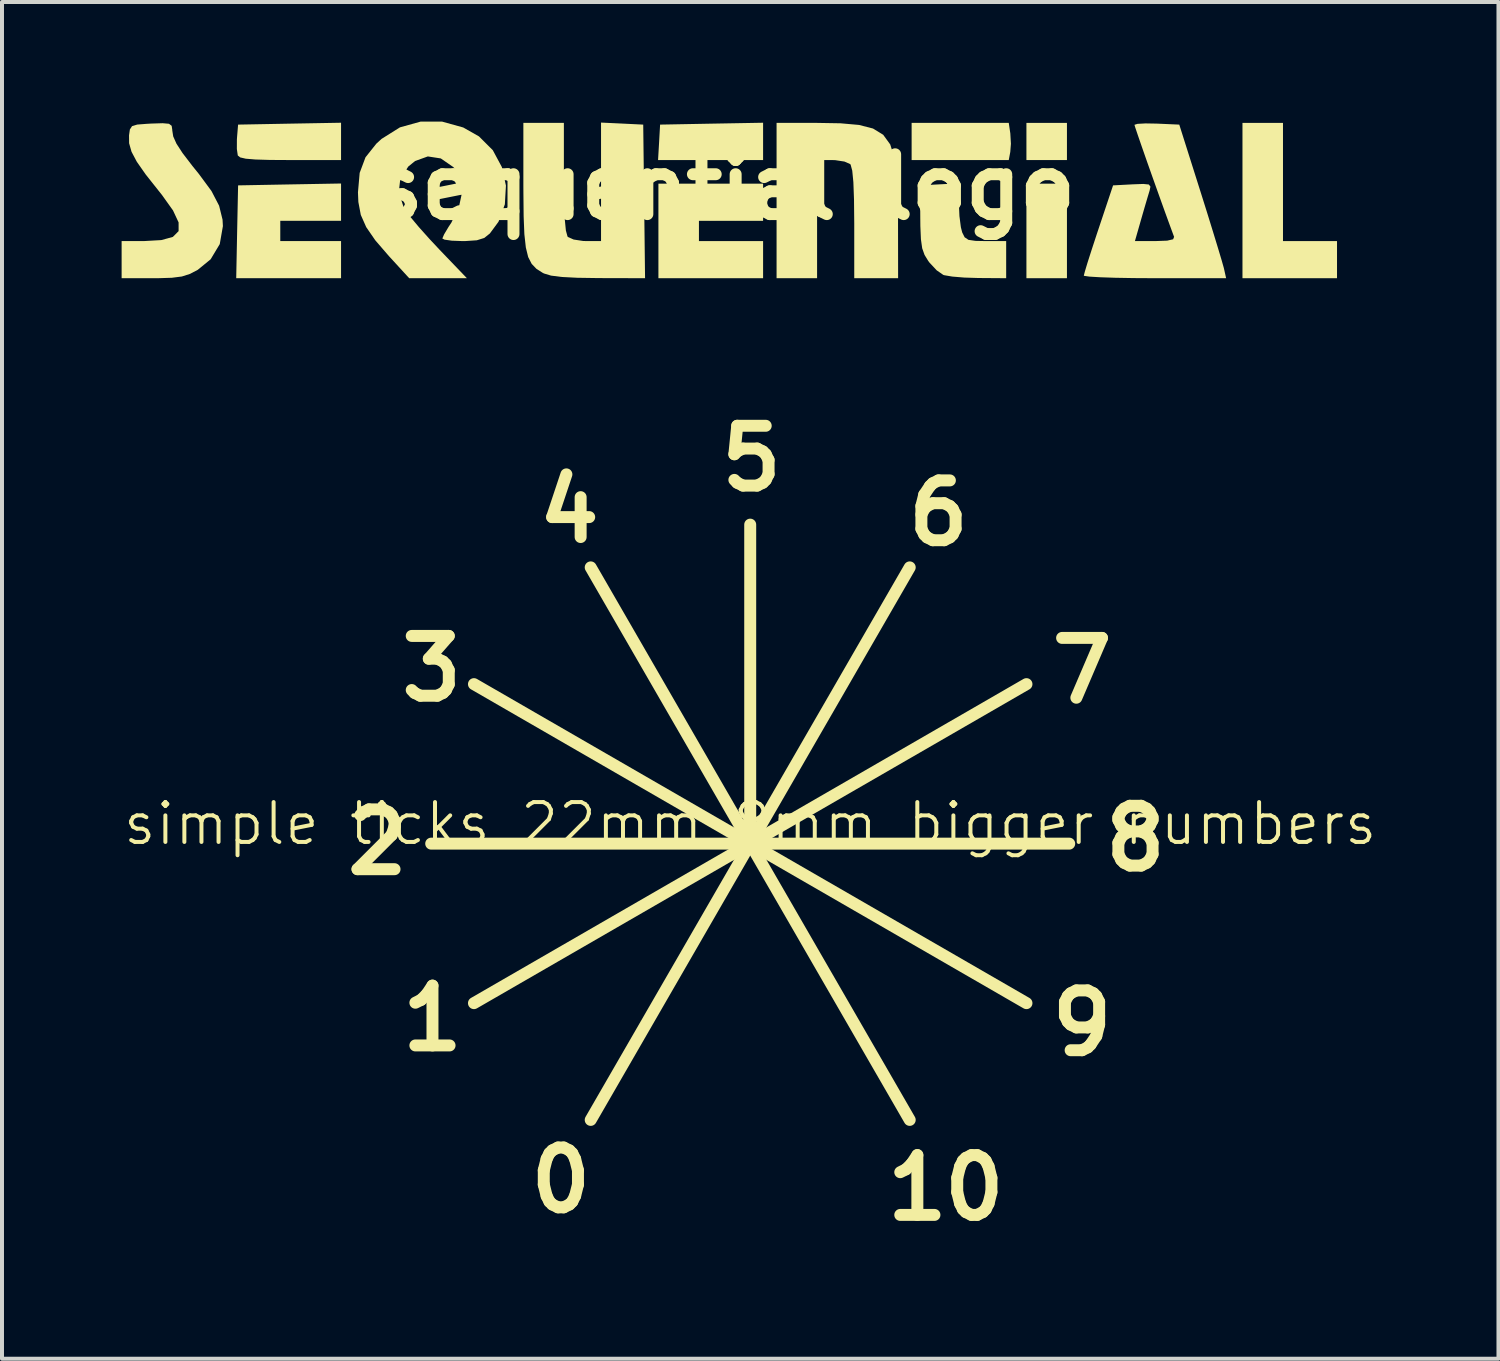
<source format=kicad_pcb>
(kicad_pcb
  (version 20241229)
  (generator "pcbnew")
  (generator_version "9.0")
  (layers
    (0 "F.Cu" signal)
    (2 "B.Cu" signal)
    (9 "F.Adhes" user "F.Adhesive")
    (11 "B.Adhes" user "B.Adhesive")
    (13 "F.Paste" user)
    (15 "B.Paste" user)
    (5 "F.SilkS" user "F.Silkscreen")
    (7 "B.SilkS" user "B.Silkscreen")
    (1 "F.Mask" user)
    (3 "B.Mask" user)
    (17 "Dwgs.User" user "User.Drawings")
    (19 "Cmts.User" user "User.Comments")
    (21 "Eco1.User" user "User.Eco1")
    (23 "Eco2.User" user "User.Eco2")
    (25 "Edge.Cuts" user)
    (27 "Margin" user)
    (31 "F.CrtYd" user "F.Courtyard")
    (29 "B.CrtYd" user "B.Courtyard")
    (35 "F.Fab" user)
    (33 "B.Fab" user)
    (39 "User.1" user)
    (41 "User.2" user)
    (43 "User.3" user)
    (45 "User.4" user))
  (footprint "sequential logo"
    (layer "F.Cu")
    (at 15.113 1.641)
    (property "Reference" "sequential logo" (at 0 0 0) (layer "F.SilkS") (effects (font (size 1.5 1.5) (thickness 0.3))))
    (attr board_only exclude_from_pos_files exclude_from_bom)
    (fp_poly (pts (xy 0.974 -1.145) (xy 0.974 -0.677) (xy -0.343 -0.677) (xy -1.66 -0.677) (xy -1.634 -1.122) (xy -1.609 -1.566) (xy -0.318 -1.59) (xy 0.974 -1.613)) (stroke (width 0) (type solid)) (fill yes) (layer "F.SilkS"))
    (fp_poly (pts (xy 8.594 -1.143) (xy 8.594 -0.677) (xy 8.086 -0.677) (xy 7.578 -0.677) (xy 7.578 -1.143) (xy 7.578 -1.609) (xy 8.086 -1.609) (xy 8.594 -1.609)) (stroke (width 0) (type solid)) (fill yes) (layer "F.SilkS"))
    (fp_poly (pts (xy 8.594 1.101) (xy 8.594 2.286) (xy 8.086 2.286) (xy 7.578 2.286) (xy 7.578 1.101) (xy 7.578 -0.085) (xy 8.086 -0.085) (xy 8.594 -0.085)) (stroke (width 0) (type solid)) (fill yes) (layer "F.SilkS"))
    (fp_poly (pts (xy 7.174 -1.346) (xy 7.189 -1.085) (xy 7.173 -0.88) (xy 7.135 -0.677) (xy 5.917 -0.677) (xy 4.699 -0.677) (xy 4.699 -1.143) (xy 4.699 -1.609) (xy 5.917 -1.609) (xy 7.135 -1.609)) (stroke (width 0) (type solid)) (fill yes) (layer "F.SilkS"))
    (fp_poly (pts (xy 14.012 -0.127) (xy 14.012 1.355) (xy 14.69 1.355) (xy 15.367 1.355) (xy 15.367 1.82) (xy 15.367 2.286) (xy 14.182 2.286) (xy 12.996 2.286) (xy 12.996 0.339) (xy 12.996 -1.609) (xy 13.504 -1.609) (xy 14.012 -1.609)) (stroke (width 0) (type solid)) (fill yes) (layer "F.SilkS"))
    (fp_poly (pts (xy -9.61 -1.145) (xy -9.61 -0.677) (xy -10.882 -0.677) (xy -11.394 -0.68) (xy -11.758 -0.691) (xy -11.999 -0.711) (xy -12.138 -0.743) (xy -12.197 -0.789) (xy -12.2 -0.795) (xy -12.223 -0.954) (xy -12.222 -1.192) (xy -12.219 -1.24) (xy -12.192 -1.566) (xy -10.901 -1.59) (xy -9.61 -1.613)) (stroke (width 0) (type solid)) (fill yes) (layer "F.SilkS"))
    (fp_poly (pts (xy -9.61 0.379) (xy -9.61 0.847) (xy -10.372 0.847) (xy -11.134 0.847) (xy -11.134 1.101) (xy -11.134 1.355) (xy -10.372 1.355) (xy -9.61 1.355) (xy -9.61 1.82) (xy -9.61 2.286) (xy -10.924 2.286) (xy -12.239 2.286) (xy -12.216 1.122) (xy -12.192 -0.042) (xy -10.901 -0.066) (xy -9.61 -0.089)) (stroke (width 0) (type solid)) (fill yes) (layer "F.SilkS"))
    (fp_poly (pts (xy 0.974 0.381) (xy 0.974 0.847) (xy 0.169 0.847) (xy -0.635 0.847) (xy -0.635 1.101) (xy -0.635 1.355) (xy 0.169 1.355) (xy 0.974 1.355) (xy 0.974 1.82) (xy 0.974 2.286) (xy -0.339 2.286) (xy -1.651 2.286) (xy -1.651 1.101) (xy -1.651 -0.085) (xy -0.339 -0.085) (xy 0.974 -0.085)) (stroke (width 0) (type solid)) (fill yes) (layer "F.SilkS"))
    (fp_poly (pts (xy 5.884 0.414) (xy 5.898 0.729) (xy 5.934 1.007) (xy 5.967 1.137) (xy 6.028 1.259) (xy 6.124 1.324) (xy 6.302 1.35) (xy 6.56 1.355) (xy 7.07 1.355) (xy 7.07 1.82) (xy 7.07 2.286) (xy 6.371 2.281) (xy 6.021 2.27) (xy 5.719 2.245) (xy 5.519 2.211) (xy 5.493 2.203) (xy 5.326 2.087) (xy 5.147 1.895) (xy 5.117 1.855) (xy 5.023 1.702) (xy 4.964 1.535) (xy 4.932 1.309) (xy 4.918 0.98) (xy 4.916 0.769) (xy 4.911 -0.042) (xy 5.397 -0.068) (xy 5.884 -0.093)) (stroke (width 0) (type solid)) (fill yes) (layer "F.SilkS"))
    (fp_poly (pts (xy 2.915 -1.599) (xy 3.378 -1.558) (xy 3.73 -1.468) (xy 3.986 -1.311) (xy 4.162 -1.069) (xy 4.272 -0.723) (xy 4.331 -0.256) (xy 4.355 0.351) (xy 4.358 0.826) (xy 4.36 2.286) (xy 3.81 2.286) (xy 3.26 2.286) (xy 3.26 0.906) (xy 3.254 0.312) (xy 3.238 -0.124) (xy 3.21 -0.411) (xy 3.17 -0.559) (xy 3.158 -0.576) (xy 3.015 -0.639) (xy 2.779 -0.675) (xy 2.692 -0.677) (xy 2.328 -0.677) (xy 2.328 0.804) (xy 2.328 2.286) (xy 1.82 2.286) (xy 1.312 2.286) (xy 1.312 0.339) (xy 1.312 -1.609) (xy 2.327 -1.609)) (stroke (width 0) (type solid)) (fill yes) (layer "F.SilkS"))
    (fp_poly (pts (xy -2.561 -1.592) (xy -2.032 -1.566) (xy -2.009 0.36) (xy -1.986 2.286) (xy -3.152 2.283) (xy -3.685 2.275) (xy -4.074 2.255) (xy -4.343 2.221) (xy -4.519 2.168) (xy -4.55 2.153) (xy -4.709 2.052) (xy -4.829 1.927) (xy -4.917 1.756) (xy -4.976 1.515) (xy -5.013 1.181) (xy -5.031 0.731) (xy -5.037 0.141) (xy -5.038 -0.038) (xy -5.038 -1.609) (xy -4.53 -1.609) (xy -4.022 -1.609) (xy -4.022 -0.229) (xy -4.016 0.366) (xy -4 0.801) (xy -3.972 1.088) (xy -3.932 1.236) (xy -3.92 1.253) (xy -3.777 1.316) (xy -3.541 1.352) (xy -3.454 1.355) (xy -3.09 1.355) (xy -3.09 -0.131) (xy -3.09 -1.617)) (stroke (width 0) (type solid)) (fill yes) (layer "F.SilkS"))
    (fp_poly (pts (xy -13.925 -1.587) (xy -13.858 -1.536) (xy -13.843 -1.437) (xy -13.843 -1.422) (xy -13.819 -1.27) (xy -13.738 -1.088) (xy -13.584 -0.851) (xy -13.339 -0.531) (xy -13.175 -0.328) (xy -12.86 0.099) (xy -12.668 0.468) (xy -12.582 0.817) (xy -12.573 0.979) (xy -12.652 1.431) (xy -12.881 1.812) (xy -13.205 2.077) (xy -13.404 2.18) (xy -13.602 2.243) (xy -13.853 2.275) (xy -14.205 2.286) (xy -14.337 2.286) (xy -15.113 2.286) (xy -15.113 1.82) (xy -15.113 1.355) (xy -14.557 1.355) (xy -14.118 1.33) (xy -13.828 1.25) (xy -13.684 1.105) (xy -13.684 0.887) (xy -13.824 0.587) (xy -14.103 0.196) (xy -14.186 0.092) (xy -14.51 -0.317) (xy -14.731 -0.633) (xy -14.864 -0.884) (xy -14.925 -1.098) (xy -14.927 -1.297) (xy -14.906 -1.444) (xy -14.852 -1.527) (xy -14.723 -1.567) (xy -14.479 -1.586) (xy -14.372 -1.592) (xy -14.083 -1.601)) (stroke (width 0) (type solid)) (fill yes) (layer "F.SilkS"))
    (fp_poly (pts (xy 10.849 -1.591) (xy 11.411 -1.566) (xy 11.947 0.127) (xy 12.111 0.648) (xy 12.259 1.127) (xy 12.384 1.536) (xy 12.477 1.847) (xy 12.529 2.031) (xy 12.534 2.053) (xy 12.586 2.286) (xy 10.802 2.286) (xy 10.273 2.283) (xy 9.806 2.275) (xy 9.426 2.262) (xy 9.158 2.246) (xy 9.026 2.227) (xy 9.017 2.22) (xy 9.043 2.12) (xy 9.112 1.89) (xy 9.217 1.563) (xy 9.346 1.17) (xy 9.384 1.056) (xy 9.751 -0.042) (xy 10.238 -0.068) (xy 10.51 -0.078) (xy 10.648 -0.064) (xy 10.688 -0.011) (xy 10.667 0.089) (xy 10.614 0.264) (xy 10.533 0.539) (xy 10.454 0.813) (xy 10.299 1.355) (xy 10.81 1.355) (xy 11.107 1.344) (xy 11.257 1.31) (xy 11.281 1.249) (xy 11.179 0.972) (xy 11.049 0.615) (xy 10.903 0.208) (xy 10.751 -0.218) (xy 10.604 -0.633) (xy 10.474 -1.005) (xy 10.371 -1.304) (xy 10.305 -1.5) (xy 10.287 -1.561) (xy 10.364 -1.585) (xy 10.566 -1.596)) (stroke (width 0) (type solid)) (fill yes) (layer "F.SilkS"))
    (fp_poly (pts (xy -7.075 -1.641) (xy -6.546 -1.494) (xy -6.151 -1.27) (xy -5.804 -0.924) (xy -5.577 -0.501) (xy -5.475 -0.037) (xy -5.502 0.433) (xy -5.662 0.871) (xy -5.878 1.164) (xy -6.02 1.277) (xy -6.205 1.335) (xy -6.489 1.354) (xy -6.565 1.355) (xy -6.832 1.345) (xy -7.015 1.319) (xy -7.07 1.29) (xy -7.026 1.187) (xy -6.914 0.999) (xy -6.844 0.893) (xy -6.653 0.495) (xy -6.58 0.157) (xy -6.568 -0.106) (xy -6.615 -0.283) (xy -6.747 -0.452) (xy -6.799 -0.504) (xy -7.109 -0.718) (xy -7.434 -0.768) (xy -7.753 -0.653) (xy -7.923 -0.515) (xy -8.124 -0.209) (xy -8.163 0.135) (xy -8.039 0.508) (xy -8.001 0.573) (xy -7.874 0.746) (xy -7.659 1.003) (xy -7.389 1.305) (xy -7.143 1.568) (xy -6.454 2.286) (xy -7.177 2.286) (xy -7.901 2.286) (xy -8.409 1.732) (xy -8.751 1.336) (xy -8.979 1.005) (xy -9.115 0.698) (xy -9.176 0.375) (xy -9.186 0.133) (xy -9.143 -0.356) (xy -8.997 -0.746) (xy -8.726 -1.087) (xy -8.594 -1.208) (xy -8.133 -1.497) (xy -7.616 -1.641)) (stroke (width 0) (type solid)) (fill yes) (layer "F.SilkS")))
  (footprint "simple ticks 22mm 8mm bigger numbers"
    (layer "F.Cu")
    (at 15.764 18.107)
    (property "Reference" "simple ticks 22mm 8mm bigger numbers" (at 0 -0.5 0) (unlocked yes) (layer "F.SilkS") (effects (font (size 1 1) (thickness 0.1))))
    (attr board_only exclude_from_pos_files exclude_from_bom)
    (fp_line (start 0 0) (end -8 0) (stroke (width 0.3) (type solid)) (layer "F.SilkS"))
    (fp_line (start 0 0) (end -6.928 -4) (stroke (width 0.3) (type solid)) (layer "F.SilkS"))
    (fp_line (start 0 0) (end -6.928 4) (stroke (width 0.3) (type solid)) (layer "F.SilkS"))
    (fp_line (start 0 0) (end -4 6.928) (stroke (width 0.3) (type solid)) (layer "F.SilkS"))
    (fp_line (start 0 0) (end -4 -6.928) (stroke (width 0.3) (type solid)) (layer "F.SilkS"))
    (fp_line (start 0 0) (end 0 -8) (stroke (width 0.3) (type solid)) (layer "F.SilkS"))
    (fp_line (start 0 0) (end 4 6.928) (stroke (width 0.3) (type solid)) (layer "F.SilkS"))
    (fp_line (start 0 0) (end 4 -6.928) (stroke (width 0.3) (type solid)) (layer "F.SilkS"))
    (fp_line (start 0 0) (end 6.928 -4) (stroke (width 0.3) (type solid)) (layer "F.SilkS"))
    (fp_line (start 0 0) (end 6.928 4) (stroke (width 0.3) (type solid)) (layer "F.SilkS"))
    (fp_line (start 0 0) (end 8 0) (stroke (width 0.3) (type solid)) (layer "F.SilkS"))
    (fp_text user "0" (at -5.66 9.32 0) (unlocked yes) (layer "F.SilkS") (effects (font (size 1.5 1.5) (thickness 0.3) (bold yes)) (justify left bottom)))
    (fp_text user "4" (at -5.45 -7.49 0) (unlocked yes) (layer "F.SilkS") (effects (font (size 1.5 1.5) (thickness 0.3) (bold yes)) (justify left bottom)))
    (fp_text user "2" (at -10.26 0.84 0) (unlocked yes) (layer "F.SilkS") (effects (font (size 1.5 1.5) (thickness 0.3) (bold yes)) (justify left bottom)))
    (fp_text user "6" (at 3.81 -7.41 0) (unlocked yes) (layer "F.SilkS") (effects (font (size 1.5 1.5) (thickness 0.3) (bold yes)) (justify left bottom)))
    (fp_text user "7" (at 7.41 -3.46 0) (unlocked yes) (layer "F.SilkS") (effects (font (size 1.5 1.5) (thickness 0.3) (bold yes)) (justify left bottom)))
    (fp_text user "5" (at -0.88 -8.78 0) (unlocked yes) (layer "F.SilkS") (effects (font (size 1.5 1.5) (thickness 0.3) (bold yes)) (justify left bottom)))
    (fp_text user "3" (at -8.9 -3.51 0) (unlocked yes) (layer "F.SilkS") (effects (font (size 1.5 1.5) (thickness 0.3) (bold yes)) (justify left bottom)))
    (fp_text user "8" (at 8.75 0.75 0) (unlocked yes) (layer "F.SilkS") (effects (font (size 1.5 1.5) (thickness 0.3) (bold yes)) (justify left bottom)))
    (fp_text user "1" (at -8.88 5.26 0) (unlocked yes) (layer "F.SilkS") (effects (font (size 1.5 1.5) (thickness 0.3) (bold yes)) (justify left bottom)))
    (fp_text user "9" (at 7.41 5.38 0) (unlocked yes) (layer "F.SilkS") (effects (font (size 1.5 1.5) (thickness 0.3) (bold yes)) (justify left bottom)))
    (fp_text user "10" (at 3.28 9.51 0) (unlocked yes) (layer "F.SilkS") (effects (font (size 1.5 1.5) (thickness 0.3) (bold yes)) (justify left bottom))))
  (gr_rect
    (start -3 -3)
    (end 34.529 31.025)
    (stroke (width 0.1) (type default))
    (fill no)
    (layer "Edge.Cuts")))
</source>
